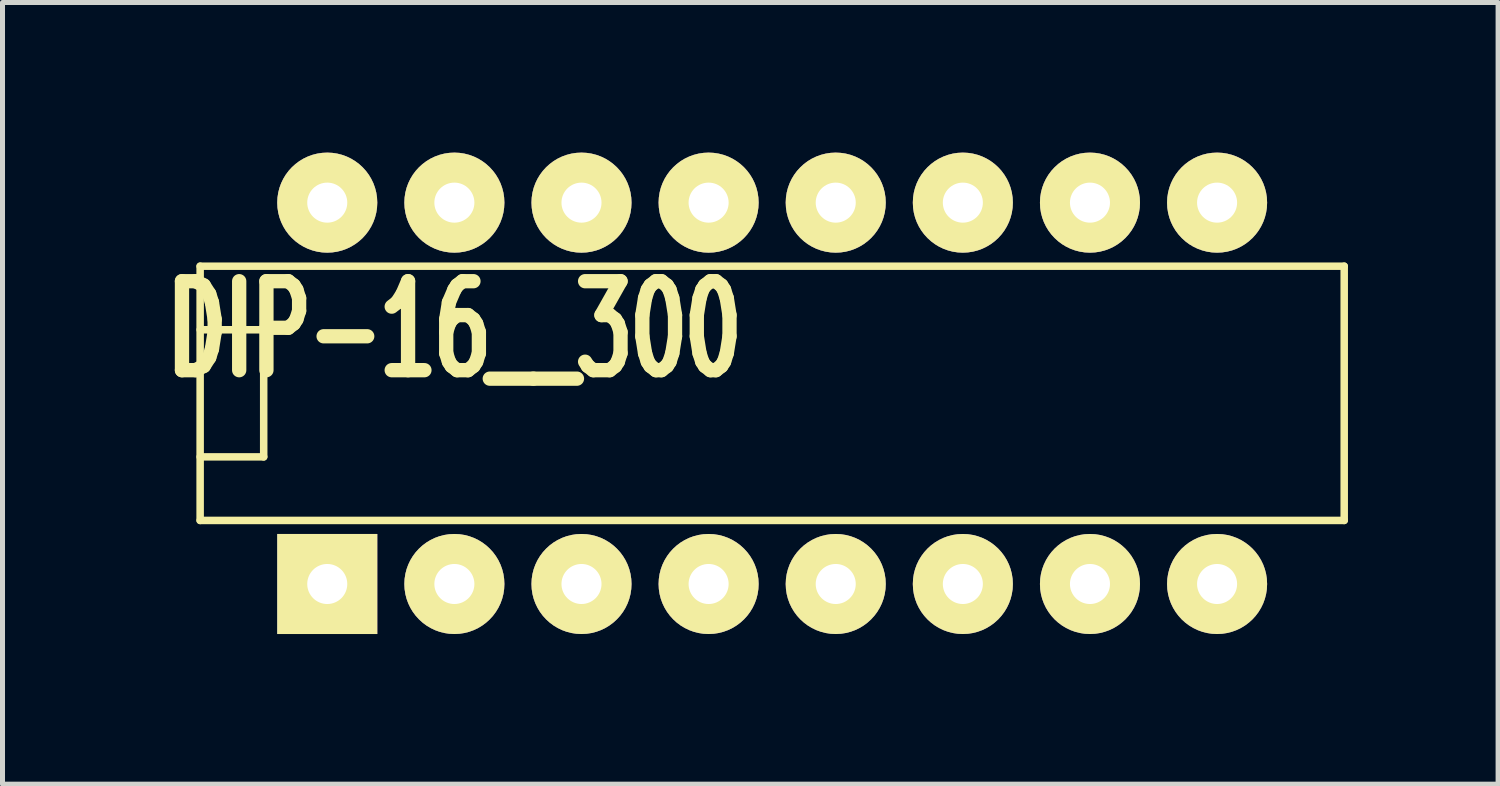
<source format=kicad_pcb>
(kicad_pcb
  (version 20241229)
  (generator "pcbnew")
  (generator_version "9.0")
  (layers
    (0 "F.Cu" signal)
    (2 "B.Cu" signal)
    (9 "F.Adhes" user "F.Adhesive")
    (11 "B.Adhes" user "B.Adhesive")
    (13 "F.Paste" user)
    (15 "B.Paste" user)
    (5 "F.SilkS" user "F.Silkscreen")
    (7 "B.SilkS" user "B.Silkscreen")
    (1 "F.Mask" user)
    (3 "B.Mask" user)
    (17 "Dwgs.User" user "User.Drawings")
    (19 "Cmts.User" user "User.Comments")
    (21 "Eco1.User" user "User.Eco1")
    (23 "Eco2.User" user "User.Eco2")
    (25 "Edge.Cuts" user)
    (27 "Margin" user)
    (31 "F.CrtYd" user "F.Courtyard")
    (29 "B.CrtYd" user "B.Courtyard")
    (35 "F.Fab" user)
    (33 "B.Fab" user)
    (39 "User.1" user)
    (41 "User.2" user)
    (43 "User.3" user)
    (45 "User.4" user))
  (footprint "DIP-16__300"
    (layer "F.Cu")
    (at 12.379 4.809)
    (property "Reference" "DIP-16__300" (at -6.35 -1.27 0) (layer "F.SilkS") (effects (font (size 1.778 1.143) (thickness 0.287))))
    (attr through_hole)
    (fp_line (start -11.43 -2.54) (end -11.43 2.54) (stroke (width 0.15) (type solid)) (layer "F.SilkS"))
    (fp_line (start -11.43 -1.27) (end -10.16 -1.27) (stroke (width 0.15) (type solid)) (layer "F.SilkS"))
    (fp_line (start -11.43 2.54) (end 11.43 2.54) (stroke (width 0.15) (type solid)) (layer "F.SilkS"))
    (fp_line (start -10.16 -1.27) (end -10.16 1.27) (stroke (width 0.15) (type solid)) (layer "F.SilkS"))
    (fp_line (start -10.16 1.27) (end -11.43 1.27) (stroke (width 0.15) (type solid)) (layer "F.SilkS"))
    (fp_line (start 11.43 -2.54) (end -11.43 -2.54) (stroke (width 0.15) (type solid)) (layer "F.SilkS"))
    (fp_line (start 11.43 2.54) (end 11.43 -2.54) (stroke (width 0.15) (type solid)) (layer "F.SilkS"))
    (pad "1" thru_hole rect (at -8.89 3.81) (size 1.999 1.999) (drill 0.8) (layers "*.Cu" "*.Mask" "F.SilkS"))
    (pad "2" thru_hole circle (at -6.35 3.81) (size 1.999 1.999) (drill 0.8) (layers "*.Cu" "*.Mask" "F.SilkS"))
    (pad "3" thru_hole circle (at -3.81 3.81) (size 1.999 1.999) (drill 0.8) (layers "*.Cu" "*.Mask" "F.SilkS"))
    (pad "4" thru_hole circle (at -1.27 3.81) (size 1.999 1.999) (drill 0.8) (layers "*.Cu" "*.Mask" "F.SilkS"))
    (pad "5" thru_hole circle (at 1.27 3.81) (size 1.999 1.999) (drill 0.8) (layers "*.Cu" "*.Mask" "F.SilkS"))
    (pad "6" thru_hole circle (at 3.81 3.81) (size 1.999 1.999) (drill 0.8) (layers "*.Cu" "*.Mask" "F.SilkS"))
    (pad "7" thru_hole circle (at 6.35 3.81) (size 1.999 1.999) (drill 0.8) (layers "*.Cu" "*.Mask" "F.SilkS"))
    (pad "8" thru_hole circle (at 8.89 3.81) (size 1.999 1.999) (drill 0.8) (layers "*.Cu" "*.Mask" "F.SilkS"))
    (pad "9" thru_hole circle (at 8.89 -3.81) (size 1.999 1.999) (drill 0.8) (layers "*.Cu" "*.Mask" "F.SilkS"))
    (pad "10" thru_hole circle (at 6.35 -3.81) (size 1.999 1.999) (drill 0.8) (layers "*.Cu" "*.Mask" "F.SilkS"))
    (pad "11" thru_hole circle (at 3.81 -3.81) (size 1.999 1.999) (drill 0.8) (layers "*.Cu" "*.Mask" "F.SilkS"))
    (pad "12" thru_hole circle (at 1.27 -3.81) (size 1.999 1.999) (drill 0.8) (layers "*.Cu" "*.Mask" "F.SilkS"))
    (pad "13" thru_hole circle (at -1.27 -3.81) (size 1.999 1.999) (drill 0.8) (layers "*.Cu" "*.Mask" "F.SilkS"))
    (pad "14" thru_hole circle (at -3.81 -3.81) (size 1.999 1.999) (drill 0.8) (layers "*.Cu" "*.Mask" "F.SilkS"))
    (pad "15" thru_hole circle (at -6.35 -3.81) (size 1.999 1.999) (drill 0.8) (layers "*.Cu" "*.Mask" "F.SilkS"))
    (pad "16" thru_hole circle (at -8.89 -3.81) (size 1.999 1.999) (drill 0.8) (layers "*.Cu" "*.Mask" "F.SilkS")))
  (gr_rect
    (start -3 -3)
    (end 26.884 12.619)
    (stroke (width 0.1) (type default))
    (fill no)
    (layer "Edge.Cuts")))
</source>
